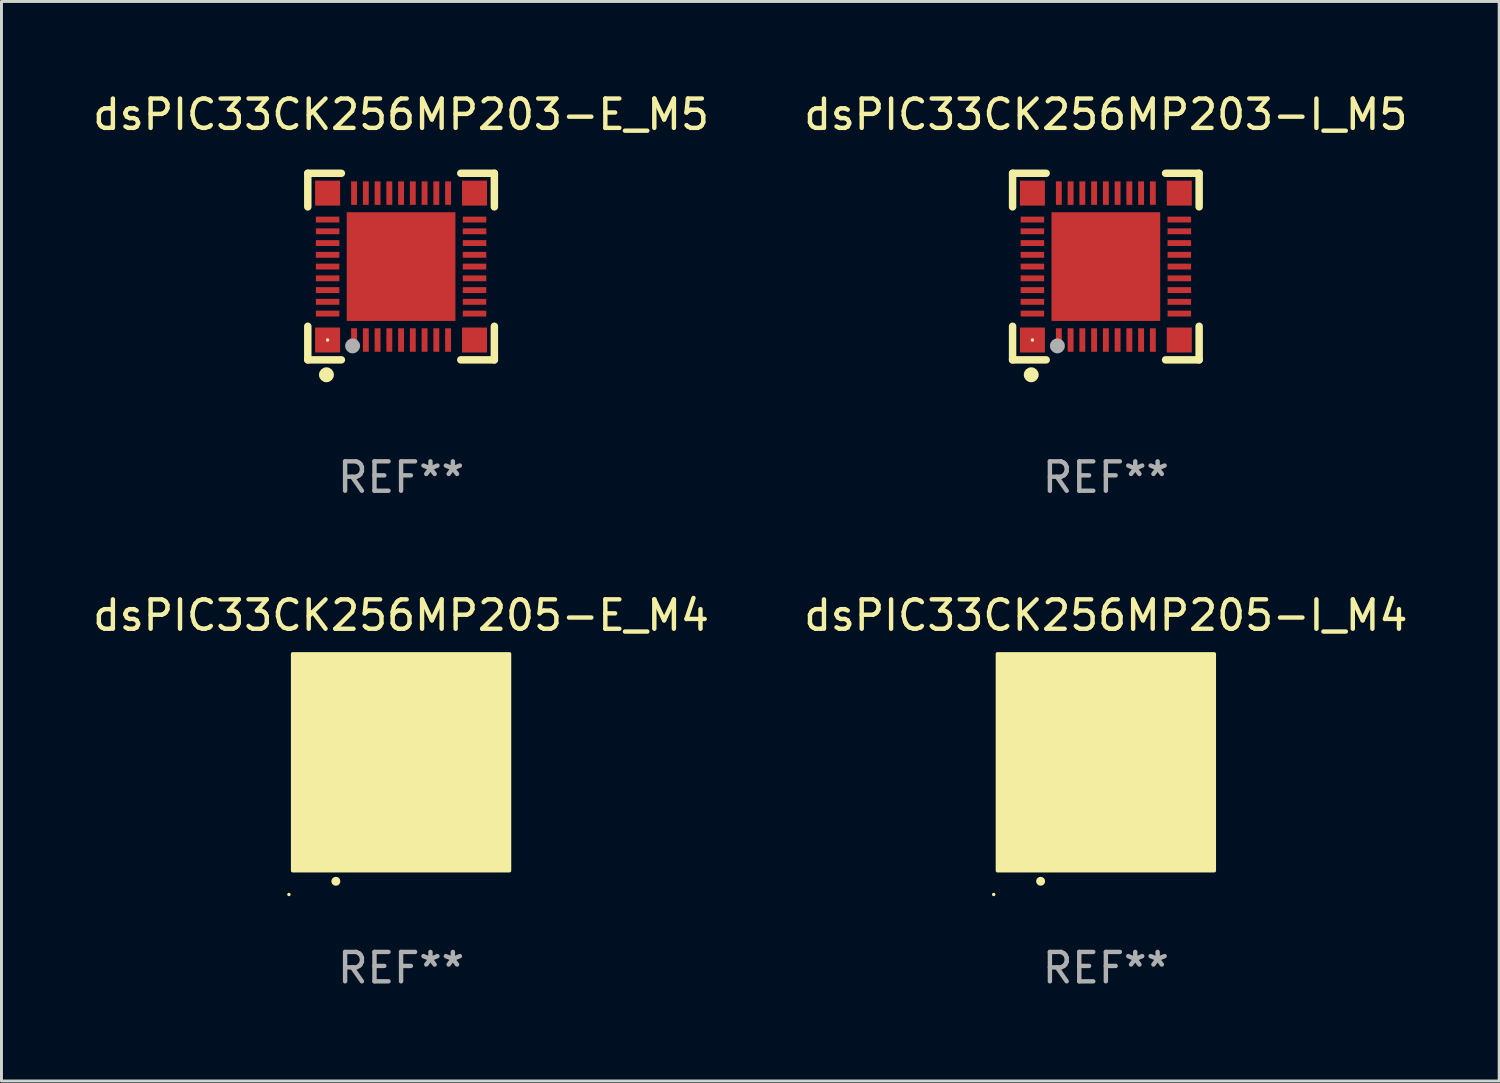
<source format=kicad_pcb>
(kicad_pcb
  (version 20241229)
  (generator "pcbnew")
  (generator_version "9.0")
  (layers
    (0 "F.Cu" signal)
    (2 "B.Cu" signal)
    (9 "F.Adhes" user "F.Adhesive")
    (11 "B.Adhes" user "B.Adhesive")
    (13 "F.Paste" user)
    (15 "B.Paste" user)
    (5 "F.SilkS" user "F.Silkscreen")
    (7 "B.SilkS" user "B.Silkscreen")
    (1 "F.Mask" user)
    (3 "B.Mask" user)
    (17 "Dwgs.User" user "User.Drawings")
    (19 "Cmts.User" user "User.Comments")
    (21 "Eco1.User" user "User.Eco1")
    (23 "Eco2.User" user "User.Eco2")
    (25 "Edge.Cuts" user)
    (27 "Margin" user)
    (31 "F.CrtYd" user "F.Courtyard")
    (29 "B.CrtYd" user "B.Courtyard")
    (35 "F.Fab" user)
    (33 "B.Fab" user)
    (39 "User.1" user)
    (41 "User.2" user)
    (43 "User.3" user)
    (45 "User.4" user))
  (footprint "dsPIC33CK256MP205-I_M4"
    (layer "F.Cu")
    (at 34.589 22.895)
    (property "Reference" "dsPIC33CK256MP205-I_M4" (at 0 -5 0) (layer "F.SilkS") (effects (font (size 1 1) (thickness 0.15))))
    (attr through_hole)
    (fp_arc (start -2.221158 4.050013) (mid -2.219888 4.050008) (end -2.218618 4.050013) (stroke (width 0.3) (type solid)) (layer "F.SilkS"))
    (fp_circle (center -3.817 4.5) (end -3.787 4.5) (stroke (width 0.06) (type solid)) (fill no) (layer "F.SilkS"))
    (fp_poly (pts (xy -3.69 -3.69) (xy 3.69 -3.69) (xy 3.69 3.69) (xy -3.69 3.69)) (stroke (width 0.12) (type solid)) (fill yes) (layer "F.SilkS"))
    (fp_text user "REF**" (at 0 7 0) (layer "F.Fab") (effects (font (size 1 1) (thickness 0.15))))
    (pad "1" smd oval (at -2.201 3) (size 0.2 0.95) (layers "F.Cu" "F.Mask" "F.Paste"))
    (pad "2" smd oval (at -1.8 3) (size 0.2 0.95) (layers "F.Cu" "F.Mask" "F.Paste"))
    (pad "3" smd oval (at -1.401 3) (size 0.2 0.95) (layers "F.Cu" "F.Mask" "F.Paste"))
    (pad "4" smd oval (at -0.999 3) (size 0.2 0.95) (layers "F.Cu" "F.Mask" "F.Paste"))
    (pad "5" smd oval (at -0.601 3) (size 0.2 0.95) (layers "F.Cu" "F.Mask" "F.Paste"))
    (pad "6" smd oval (at -0.199 3) (size 0.2 0.95) (layers "F.Cu" "F.Mask" "F.Paste"))
    (pad "7" smd oval (at 0.199 3) (size 0.2 0.95) (layers "F.Cu" "F.Mask" "F.Paste"))
    (pad "8" smd oval (at 0.601 3) (size 0.2 0.95) (layers "F.Cu" "F.Mask" "F.Paste"))
    (pad "9" smd oval (at 0.999 3) (size 0.2 0.95) (layers "F.Cu" "F.Mask" "F.Paste"))
    (pad "10" smd oval (at 1.401 3) (size 0.2 0.95) (layers "F.Cu" "F.Mask" "F.Paste"))
    (pad "11" smd oval (at 1.8 3) (size 0.2 0.95) (layers "F.Cu" "F.Mask" "F.Paste"))
    (pad "12" smd oval (at 2.201 3) (size 0.2 0.95) (layers "F.Cu" "F.Mask" "F.Paste"))
    (pad "13" smd oval (at 3 2.198 90) (size 0.2 0.95) (layers "F.Cu" "F.Mask" "F.Paste"))
    (pad "14" smd oval (at 3 1.8 90) (size 0.2 0.95) (layers "F.Cu" "F.Mask" "F.Paste"))
    (pad "15" smd oval (at 3 1.401 90) (size 0.2 0.95) (layers "F.Cu" "F.Mask" "F.Paste"))
    (pad "16" smd oval (at 3 0.999 90) (size 0.2 0.95) (layers "F.Cu" "F.Mask" "F.Paste"))
    (pad "17" smd oval (at 3 0.601 90) (size 0.2 0.95) (layers "F.Cu" "F.Mask" "F.Paste"))
    (pad "18" smd oval (at 3 0.199 90) (size 0.2 0.95) (layers "F.Cu" "F.Mask" "F.Paste"))
    (pad "19" smd oval (at 3 -0.199 90) (size 0.2 0.95) (layers "F.Cu" "F.Mask" "F.Paste"))
    (pad "20" smd oval (at 3 -0.601 90) (size 0.2 0.95) (layers "F.Cu" "F.Mask" "F.Paste"))
    (pad "21" smd oval (at 3 -0.999 90) (size 0.2 0.95) (layers "F.Cu" "F.Mask" "F.Paste"))
    (pad "22" smd oval (at 3 -1.401 90) (size 0.2 0.95) (layers "F.Cu" "F.Mask" "F.Paste"))
    (pad "23" smd oval (at 3 -1.8 90) (size 0.2 0.95) (layers "F.Cu" "F.Mask" "F.Paste"))
    (pad "24" smd oval (at 3 -2.201 90) (size 0.2 0.95) (layers "F.Cu" "F.Mask" "F.Paste"))
    (pad "25" smd oval (at 2.201 -3 180) (size 0.2 0.95) (layers "F.Cu" "F.Mask" "F.Paste"))
    (pad "26" smd oval (at 1.8 -3 180) (size 0.2 0.95) (layers "F.Cu" "F.Mask" "F.Paste"))
    (pad "27" smd oval (at 1.401 -3 180) (size 0.2 0.95) (layers "F.Cu" "F.Mask" "F.Paste"))
    (pad "28" smd oval (at 0.999 -3 180) (size 0.2 0.95) (layers "F.Cu" "F.Mask" "F.Paste"))
    (pad "29" smd oval (at 0.601 -3 180) (size 0.2 0.95) (layers "F.Cu" "F.Mask" "F.Paste"))
    (pad "30" smd oval (at 0.199 -3 180) (size 0.2 0.95) (layers "F.Cu" "F.Mask" "F.Paste"))
    (pad "31" smd oval (at -0.199 -3 180) (size 0.2 0.95) (layers "F.Cu" "F.Mask" "F.Paste"))
    (pad "32" smd oval (at -0.601 -3 180) (size 0.2 0.95) (layers "F.Cu" "F.Mask" "F.Paste"))
    (pad "33" smd oval (at -0.999 -3 180) (size 0.2 0.95) (layers "F.Cu" "F.Mask" "F.Paste"))
    (pad "34" smd oval (at -1.401 -3 180) (size 0.2 0.95) (layers "F.Cu" "F.Mask" "F.Paste"))
    (pad "35" smd oval (at -1.8 -3 180) (size 0.2 0.95) (layers "F.Cu" "F.Mask" "F.Paste"))
    (pad "36" smd oval (at -2.201 -3 180) (size 0.2 0.95) (layers "F.Cu" "F.Mask" "F.Paste"))
    (pad "37" smd oval (at -3 -2.201 270) (size 0.2 0.95) (layers "F.Cu" "F.Mask" "F.Paste"))
    (pad "38" smd oval (at -3 -1.8 270) (size 0.2 0.95) (layers "F.Cu" "F.Mask" "F.Paste"))
    (pad "39" smd oval (at -3 -1.401 270) (size 0.2 0.95) (layers "F.Cu" "F.Mask" "F.Paste"))
    (pad "40" smd oval (at -3 -0.999 270) (size 0.2 0.95) (layers "F.Cu" "F.Mask" "F.Paste"))
    (pad "41" smd oval (at -3 -0.601 270) (size 0.2 0.95) (layers "F.Cu" "F.Mask" "F.Paste"))
    (pad "42" smd oval (at -3 -0.199 270) (size 0.2 0.95) (layers "F.Cu" "F.Mask" "F.Paste"))
    (pad "43" smd oval (at -3 0.199 270) (size 0.2 0.95) (layers "F.Cu" "F.Mask" "F.Paste"))
    (pad "44" smd oval (at -3 0.601 270) (size 0.2 0.95) (layers "F.Cu" "F.Mask" "F.Paste"))
    (pad "45" smd oval (at -3 0.999 270) (size 0.2 0.95) (layers "F.Cu" "F.Mask" "F.Paste"))
    (pad "46" smd oval (at -3 1.401 270) (size 0.2 0.95) (layers "F.Cu" "F.Mask" "F.Paste"))
    (pad "47" smd oval (at -3 1.8 270) (size 0.2 0.95) (layers "F.Cu" "F.Mask" "F.Paste"))
    (pad "48" smd oval (at -3 2.198 270) (size 0.2 0.95) (layers "F.Cu" "F.Mask" "F.Paste"))
    (pad "49" smd rect (at -3 -3 90) (size 0.9 0.9) (layers "F.Cu" "F.Mask" "F.Paste"))
    (pad "49" smd rect (at -3 3 90) (size 0.9 0.9) (layers "F.Cu" "F.Mask" "F.Paste"))
    (pad "49" smd rect (at -0.001 -0.001 90) (size 4.6 4.6) (layers "F.Cu" "F.Mask" "F.Paste"))
    (pad "49" smd rect (at 3 -3 90) (size 0.9 0.9) (layers "F.Cu" "F.Mask" "F.Paste"))
    (pad "49" smd rect (at 3 3 90) (size 0.9 0.9) (layers "F.Cu" "F.Mask" "F.Paste")))
  (footprint "dsPIC33CK256MP203-E_M5"
    (layer "F.Cu")
    (at 10.601 6.023)
    (property "Reference" "dsPIC33CK256MP203-E_M5" (at 0 -5.175 0) (layer "F.SilkS") (effects (font (size 1 1) (thickness 0.15))))
    (attr through_hole)
    (fp_line (start -3.175 -3.175) (end -2.032 -3.175) (stroke (width 0.254) (type solid)) (layer "F.SilkS"))
    (fp_line (start -3.175 -2.032) (end -3.175 -3.175) (stroke (width 0.254) (type solid)) (layer "F.SilkS"))
    (fp_line (start -3.175 3.175) (end -3.175 2.032) (stroke (width 0.254) (type solid)) (layer "F.SilkS"))
    (fp_line (start -2.032 3.175) (end -3.175 3.175) (stroke (width 0.254) (type solid)) (layer "F.SilkS"))
    (fp_line (start 2.032 -3.175) (end 3.175 -3.175) (stroke (width 0.254) (type solid)) (layer "F.SilkS"))
    (fp_line (start 3.175 -3.175) (end 3.175 -2.032) (stroke (width 0.254) (type solid)) (layer "F.SilkS"))
    (fp_line (start 3.175 2.032) (end 3.175 3.175) (stroke (width 0.254) (type solid)) (layer "F.SilkS"))
    (fp_line (start 3.175 3.175) (end 2.032 3.175) (stroke (width 0.254) (type solid)) (layer "F.SilkS"))
    (fp_circle (center -2.54 3.683) (end -2.413 3.683) (stroke (width 0.254) (type solid)) (fill no) (layer "F.SilkS"))
    (fp_circle (center -2.5 2.5) (end -2.47 2.5) (stroke (width 0.06) (type solid)) (fill no) (layer "F.SilkS"))
    (fp_circle (center -1.65 2.7) (end -1.523 2.7) (stroke (width 0.254) (type solid)) (fill no) (layer "F.Fab"))
    (fp_text user "REF**" (at 0 7.175 0) (layer "F.Fab") (effects (font (size 1 1) (thickness 0.15))))
    (pad "1" smd rect (at -1.6 2.5) (size 0.2 0.8) (layers "F.Cu" "F.Mask" "F.Paste"))
    (pad "2" smd rect (at -1.2 2.5) (size 0.2 0.8) (layers "F.Cu" "F.Mask" "F.Paste"))
    (pad "3" smd rect (at -0.8 2.5) (size 0.2 0.8) (layers "F.Cu" "F.Mask" "F.Paste"))
    (pad "4" smd rect (at -0.4 2.5) (size 0.2 0.8) (layers "F.Cu" "F.Mask" "F.Paste"))
    (pad "5" smd rect (at -0.000051 2.5) (size 0.2 0.8) (layers "F.Cu" "F.Mask" "F.Paste"))
    (pad "6" smd rect (at 0.4 2.5) (size 0.2 0.8) (layers "F.Cu" "F.Mask" "F.Paste"))
    (pad "7" smd rect (at 0.8 2.5) (size 0.2 0.8) (layers "F.Cu" "F.Mask" "F.Paste"))
    (pad "8" smd rect (at 1.2 2.5) (size 0.2 0.8) (layers "F.Cu" "F.Mask" "F.Paste"))
    (pad "9" smd rect (at 1.6 2.5) (size 0.2 0.8) (layers "F.Cu" "F.Mask" "F.Paste"))
    (pad "10" smd rect (at 2.5 1.6 90) (size 0.2 0.8) (layers "F.Cu" "F.Mask" "F.Paste"))
    (pad "11" smd rect (at 2.5 1.2 90) (size 0.2 0.8) (layers "F.Cu" "F.Mask" "F.Paste"))
    (pad "12" smd rect (at 2.5 0.8 90) (size 0.2 0.8) (layers "F.Cu" "F.Mask" "F.Paste"))
    (pad "13" smd rect (at 2.5 0.4 90) (size 0.2 0.8) (layers "F.Cu" "F.Mask" "F.Paste"))
    (pad "14" smd rect (at 2.5 -0.000051 90) (size 0.2 0.8) (layers "F.Cu" "F.Mask" "F.Paste"))
    (pad "15" smd rect (at 2.5 -0.4 90) (size 0.2 0.8) (layers "F.Cu" "F.Mask" "F.Paste"))
    (pad "16" smd rect (at 2.5 -0.8 90) (size 0.2 0.8) (layers "F.Cu" "F.Mask" "F.Paste"))
    (pad "17" smd rect (at 2.5 -1.2 90) (size 0.2 0.8) (layers "F.Cu" "F.Mask" "F.Paste"))
    (pad "18" smd rect (at 2.5 -1.6 90) (size 0.2 0.8) (layers "F.Cu" "F.Mask" "F.Paste"))
    (pad "19" smd rect (at 1.6 -2.5 180) (size 0.2 0.8) (layers "F.Cu" "F.Mask" "F.Paste"))
    (pad "20" smd rect (at 1.2 -2.5 180) (size 0.2 0.8) (layers "F.Cu" "F.Mask" "F.Paste"))
    (pad "21" smd rect (at 0.8 -2.5 180) (size 0.2 0.8) (layers "F.Cu" "F.Mask" "F.Paste"))
    (pad "22" smd rect (at 0.4 -2.5 180) (size 0.2 0.8) (layers "F.Cu" "F.Mask" "F.Paste"))
    (pad "23" smd rect (at -0.000051 -2.5 180) (size 0.2 0.8) (layers "F.Cu" "F.Mask" "F.Paste"))
    (pad "24" smd rect (at -0.4 -2.5 180) (size 0.2 0.8) (layers "F.Cu" "F.Mask" "F.Paste"))
    (pad "25" smd rect (at -0.8 -2.5 180) (size 0.2 0.8) (layers "F.Cu" "F.Mask" "F.Paste"))
    (pad "26" smd rect (at -1.2 -2.5 180) (size 0.2 0.8) (layers "F.Cu" "F.Mask" "F.Paste"))
    (pad "27" smd rect (at -1.6 -2.5 180) (size 0.2 0.8) (layers "F.Cu" "F.Mask" "F.Paste"))
    (pad "28" smd rect (at -2.5 -1.6 270) (size 0.2 0.8) (layers "F.Cu" "F.Mask" "F.Paste"))
    (pad "29" smd rect (at -2.5 -1.2 270) (size 0.2 0.8) (layers "F.Cu" "F.Mask" "F.Paste"))
    (pad "30" smd rect (at -2.5 -0.8 270) (size 0.2 0.8) (layers "F.Cu" "F.Mask" "F.Paste"))
    (pad "31" smd rect (at -2.5 -0.4 270) (size 0.2 0.8) (layers "F.Cu" "F.Mask" "F.Paste"))
    (pad "32" smd rect (at -2.5 -0.000051 270) (size 0.2 0.8) (layers "F.Cu" "F.Mask" "F.Paste"))
    (pad "33" smd rect (at -2.5 0.4 270) (size 0.2 0.8) (layers "F.Cu" "F.Mask" "F.Paste"))
    (pad "34" smd rect (at -2.5 0.8 270) (size 0.2 0.8) (layers "F.Cu" "F.Mask" "F.Paste"))
    (pad "35" smd rect (at -2.5 1.2 270) (size 0.2 0.8) (layers "F.Cu" "F.Mask" "F.Paste"))
    (pad "36" smd rect (at -2.5 1.6 270) (size 0.2 0.8) (layers "F.Cu" "F.Mask" "F.Paste"))
    (pad "37" smd rect (at -2.5 -2.5) (size 0.85 0.85) (layers "F.Cu" "F.Mask" "F.Paste"))
    (pad "37" smd rect (at -2.5 2.5) (size 0.85 0.85) (layers "F.Cu" "F.Mask" "F.Paste"))
    (pad "37" smd rect (at -0.000051 -0.000051) (size 3.7 3.7) (layers "F.Cu" "F.Mask" "F.Paste"))
    (pad "37" smd rect (at 2.5 -2.5) (size 0.85 0.85) (layers "F.Cu" "F.Mask" "F.Paste"))
    (pad "37" smd rect (at 2.5 2.5) (size 0.85 0.85) (layers "F.Cu" "F.Mask" "F.Paste")))
  (footprint "dsPIC33CK256MP205-E_M4"
    (layer "F.Cu")
    (at 10.601 22.895)
    (property "Reference" "dsPIC33CK256MP205-E_M4" (at 0 -5 0) (layer "F.SilkS") (effects (font (size 1 1) (thickness 0.15))))
    (attr through_hole)
    (fp_arc (start -2.221158 4.050013) (mid -2.219888 4.050008) (end -2.218618 4.050013) (stroke (width 0.3) (type solid)) (layer "F.SilkS"))
    (fp_circle (center -3.817 4.5) (end -3.787 4.5) (stroke (width 0.06) (type solid)) (fill no) (layer "F.SilkS"))
    (fp_poly (pts (xy -3.69 -3.69) (xy 3.69 -3.69) (xy 3.69 3.69) (xy -3.69 3.69)) (stroke (width 0.12) (type solid)) (fill yes) (layer "F.SilkS"))
    (fp_text user "REF**" (at 0 7 0) (layer "F.Fab") (effects (font (size 1 1) (thickness 0.15))))
    (pad "1" smd oval (at -2.201 3) (size 0.2 0.95) (layers "F.Cu" "F.Mask" "F.Paste"))
    (pad "2" smd oval (at -1.8 3) (size 0.2 0.95) (layers "F.Cu" "F.Mask" "F.Paste"))
    (pad "3" smd oval (at -1.401 3) (size 0.2 0.95) (layers "F.Cu" "F.Mask" "F.Paste"))
    (pad "4" smd oval (at -0.999 3) (size 0.2 0.95) (layers "F.Cu" "F.Mask" "F.Paste"))
    (pad "5" smd oval (at -0.601 3) (size 0.2 0.95) (layers "F.Cu" "F.Mask" "F.Paste"))
    (pad "6" smd oval (at -0.199 3) (size 0.2 0.95) (layers "F.Cu" "F.Mask" "F.Paste"))
    (pad "7" smd oval (at 0.199 3) (size 0.2 0.95) (layers "F.Cu" "F.Mask" "F.Paste"))
    (pad "8" smd oval (at 0.601 3) (size 0.2 0.95) (layers "F.Cu" "F.Mask" "F.Paste"))
    (pad "9" smd oval (at 0.999 3) (size 0.2 0.95) (layers "F.Cu" "F.Mask" "F.Paste"))
    (pad "10" smd oval (at 1.401 3) (size 0.2 0.95) (layers "F.Cu" "F.Mask" "F.Paste"))
    (pad "11" smd oval (at 1.8 3) (size 0.2 0.95) (layers "F.Cu" "F.Mask" "F.Paste"))
    (pad "12" smd oval (at 2.201 3) (size 0.2 0.95) (layers "F.Cu" "F.Mask" "F.Paste"))
    (pad "13" smd oval (at 3 2.198 90) (size 0.2 0.95) (layers "F.Cu" "F.Mask" "F.Paste"))
    (pad "14" smd oval (at 3 1.8 90) (size 0.2 0.95) (layers "F.Cu" "F.Mask" "F.Paste"))
    (pad "15" smd oval (at 3 1.401 90) (size 0.2 0.95) (layers "F.Cu" "F.Mask" "F.Paste"))
    (pad "16" smd oval (at 3 0.999 90) (size 0.2 0.95) (layers "F.Cu" "F.Mask" "F.Paste"))
    (pad "17" smd oval (at 3 0.601 90) (size 0.2 0.95) (layers "F.Cu" "F.Mask" "F.Paste"))
    (pad "18" smd oval (at 3 0.199 90) (size 0.2 0.95) (layers "F.Cu" "F.Mask" "F.Paste"))
    (pad "19" smd oval (at 3 -0.199 90) (size 0.2 0.95) (layers "F.Cu" "F.Mask" "F.Paste"))
    (pad "20" smd oval (at 3 -0.601 90) (size 0.2 0.95) (layers "F.Cu" "F.Mask" "F.Paste"))
    (pad "21" smd oval (at 3 -0.999 90) (size 0.2 0.95) (layers "F.Cu" "F.Mask" "F.Paste"))
    (pad "22" smd oval (at 3 -1.401 90) (size 0.2 0.95) (layers "F.Cu" "F.Mask" "F.Paste"))
    (pad "23" smd oval (at 3 -1.8 90) (size 0.2 0.95) (layers "F.Cu" "F.Mask" "F.Paste"))
    (pad "24" smd oval (at 3 -2.201 90) (size 0.2 0.95) (layers "F.Cu" "F.Mask" "F.Paste"))
    (pad "25" smd oval (at 2.201 -3 180) (size 0.2 0.95) (layers "F.Cu" "F.Mask" "F.Paste"))
    (pad "26" smd oval (at 1.8 -3 180) (size 0.2 0.95) (layers "F.Cu" "F.Mask" "F.Paste"))
    (pad "27" smd oval (at 1.401 -3 180) (size 0.2 0.95) (layers "F.Cu" "F.Mask" "F.Paste"))
    (pad "28" smd oval (at 0.999 -3 180) (size 0.2 0.95) (layers "F.Cu" "F.Mask" "F.Paste"))
    (pad "29" smd oval (at 0.601 -3 180) (size 0.2 0.95) (layers "F.Cu" "F.Mask" "F.Paste"))
    (pad "30" smd oval (at 0.199 -3 180) (size 0.2 0.95) (layers "F.Cu" "F.Mask" "F.Paste"))
    (pad "31" smd oval (at -0.199 -3 180) (size 0.2 0.95) (layers "F.Cu" "F.Mask" "F.Paste"))
    (pad "32" smd oval (at -0.601 -3 180) (size 0.2 0.95) (layers "F.Cu" "F.Mask" "F.Paste"))
    (pad "33" smd oval (at -0.999 -3 180) (size 0.2 0.95) (layers "F.Cu" "F.Mask" "F.Paste"))
    (pad "34" smd oval (at -1.401 -3 180) (size 0.2 0.95) (layers "F.Cu" "F.Mask" "F.Paste"))
    (pad "35" smd oval (at -1.8 -3 180) (size 0.2 0.95) (layers "F.Cu" "F.Mask" "F.Paste"))
    (pad "36" smd oval (at -2.201 -3 180) (size 0.2 0.95) (layers "F.Cu" "F.Mask" "F.Paste"))
    (pad "37" smd oval (at -3 -2.201 270) (size 0.2 0.95) (layers "F.Cu" "F.Mask" "F.Paste"))
    (pad "38" smd oval (at -3 -1.8 270) (size 0.2 0.95) (layers "F.Cu" "F.Mask" "F.Paste"))
    (pad "39" smd oval (at -3 -1.401 270) (size 0.2 0.95) (layers "F.Cu" "F.Mask" "F.Paste"))
    (pad "40" smd oval (at -3 -0.999 270) (size 0.2 0.95) (layers "F.Cu" "F.Mask" "F.Paste"))
    (pad "41" smd oval (at -3 -0.601 270) (size 0.2 0.95) (layers "F.Cu" "F.Mask" "F.Paste"))
    (pad "42" smd oval (at -3 -0.199 270) (size 0.2 0.95) (layers "F.Cu" "F.Mask" "F.Paste"))
    (pad "43" smd oval (at -3 0.199 270) (size 0.2 0.95) (layers "F.Cu" "F.Mask" "F.Paste"))
    (pad "44" smd oval (at -3 0.601 270) (size 0.2 0.95) (layers "F.Cu" "F.Mask" "F.Paste"))
    (pad "45" smd oval (at -3 0.999 270) (size 0.2 0.95) (layers "F.Cu" "F.Mask" "F.Paste"))
    (pad "46" smd oval (at -3 1.401 270) (size 0.2 0.95) (layers "F.Cu" "F.Mask" "F.Paste"))
    (pad "47" smd oval (at -3 1.8 270) (size 0.2 0.95) (layers "F.Cu" "F.Mask" "F.Paste"))
    (pad "48" smd oval (at -3 2.198 270) (size 0.2 0.95) (layers "F.Cu" "F.Mask" "F.Paste"))
    (pad "49" smd rect (at -3 -3 90) (size 0.9 0.9) (layers "F.Cu" "F.Mask" "F.Paste"))
    (pad "49" smd rect (at -3 3 90) (size 0.9 0.9) (layers "F.Cu" "F.Mask" "F.Paste"))
    (pad "49" smd rect (at -0.001 -0.001 90) (size 4.6 4.6) (layers "F.Cu" "F.Mask" "F.Paste"))
    (pad "49" smd rect (at 3 -3 90) (size 0.9 0.9) (layers "F.Cu" "F.Mask" "F.Paste"))
    (pad "49" smd rect (at 3 3 90) (size 0.9 0.9) (layers "F.Cu" "F.Mask" "F.Paste")))
  (footprint "dsPIC33CK256MP203-I_M5"
    (layer "F.Cu")
    (at 34.589 6.023)
    (property "Reference" "dsPIC33CK256MP203-I_M5" (at 0 -5.175 0) (layer "F.SilkS") (effects (font (size 1 1) (thickness 0.15))))
    (attr through_hole)
    (fp_line (start -3.175 -3.175) (end -2.032 -3.175) (stroke (width 0.254) (type solid)) (layer "F.SilkS"))
    (fp_line (start -3.175 -2.032) (end -3.175 -3.175) (stroke (width 0.254) (type solid)) (layer "F.SilkS"))
    (fp_line (start -3.175 3.175) (end -3.175 2.032) (stroke (width 0.254) (type solid)) (layer "F.SilkS"))
    (fp_line (start -2.032 3.175) (end -3.175 3.175) (stroke (width 0.254) (type solid)) (layer "F.SilkS"))
    (fp_line (start 2.032 -3.175) (end 3.175 -3.175) (stroke (width 0.254) (type solid)) (layer "F.SilkS"))
    (fp_line (start 3.175 -3.175) (end 3.175 -2.032) (stroke (width 0.254) (type solid)) (layer "F.SilkS"))
    (fp_line (start 3.175 2.032) (end 3.175 3.175) (stroke (width 0.254) (type solid)) (layer "F.SilkS"))
    (fp_line (start 3.175 3.175) (end 2.032 3.175) (stroke (width 0.254) (type solid)) (layer "F.SilkS"))
    (fp_circle (center -2.54 3.683) (end -2.413 3.683) (stroke (width 0.254) (type solid)) (fill no) (layer "F.SilkS"))
    (fp_circle (center -2.5 2.5) (end -2.47 2.5) (stroke (width 0.06) (type solid)) (fill no) (layer "F.SilkS"))
    (fp_circle (center -1.65 2.7) (end -1.523 2.7) (stroke (width 0.254) (type solid)) (fill no) (layer "F.Fab"))
    (fp_text user "REF**" (at 0 7.175 0) (layer "F.Fab") (effects (font (size 1 1) (thickness 0.15))))
    (pad "1" smd rect (at -1.6 2.5) (size 0.2 0.8) (layers "F.Cu" "F.Mask" "F.Paste"))
    (pad "2" smd rect (at -1.2 2.5) (size 0.2 0.8) (layers "F.Cu" "F.Mask" "F.Paste"))
    (pad "3" smd rect (at -0.8 2.5) (size 0.2 0.8) (layers "F.Cu" "F.Mask" "F.Paste"))
    (pad "4" smd rect (at -0.4 2.5) (size 0.2 0.8) (layers "F.Cu" "F.Mask" "F.Paste"))
    (pad "5" smd rect (at -0.000051 2.5) (size 0.2 0.8) (layers "F.Cu" "F.Mask" "F.Paste"))
    (pad "6" smd rect (at 0.4 2.5) (size 0.2 0.8) (layers "F.Cu" "F.Mask" "F.Paste"))
    (pad "7" smd rect (at 0.8 2.5) (size 0.2 0.8) (layers "F.Cu" "F.Mask" "F.Paste"))
    (pad "8" smd rect (at 1.2 2.5) (size 0.2 0.8) (layers "F.Cu" "F.Mask" "F.Paste"))
    (pad "9" smd rect (at 1.6 2.5) (size 0.2 0.8) (layers "F.Cu" "F.Mask" "F.Paste"))
    (pad "10" smd rect (at 2.5 1.6 90) (size 0.2 0.8) (layers "F.Cu" "F.Mask" "F.Paste"))
    (pad "11" smd rect (at 2.5 1.2 90) (size 0.2 0.8) (layers "F.Cu" "F.Mask" "F.Paste"))
    (pad "12" smd rect (at 2.5 0.8 90) (size 0.2 0.8) (layers "F.Cu" "F.Mask" "F.Paste"))
    (pad "13" smd rect (at 2.5 0.4 90) (size 0.2 0.8) (layers "F.Cu" "F.Mask" "F.Paste"))
    (pad "14" smd rect (at 2.5 -0.000051 90) (size 0.2 0.8) (layers "F.Cu" "F.Mask" "F.Paste"))
    (pad "15" smd rect (at 2.5 -0.4 90) (size 0.2 0.8) (layers "F.Cu" "F.Mask" "F.Paste"))
    (pad "16" smd rect (at 2.5 -0.8 90) (size 0.2 0.8) (layers "F.Cu" "F.Mask" "F.Paste"))
    (pad "17" smd rect (at 2.5 -1.2 90) (size 0.2 0.8) (layers "F.Cu" "F.Mask" "F.Paste"))
    (pad "18" smd rect (at 2.5 -1.6 90) (size 0.2 0.8) (layers "F.Cu" "F.Mask" "F.Paste"))
    (pad "19" smd rect (at 1.6 -2.5 180) (size 0.2 0.8) (layers "F.Cu" "F.Mask" "F.Paste"))
    (pad "20" smd rect (at 1.2 -2.5 180) (size 0.2 0.8) (layers "F.Cu" "F.Mask" "F.Paste"))
    (pad "21" smd rect (at 0.8 -2.5 180) (size 0.2 0.8) (layers "F.Cu" "F.Mask" "F.Paste"))
    (pad "22" smd rect (at 0.4 -2.5 180) (size 0.2 0.8) (layers "F.Cu" "F.Mask" "F.Paste"))
    (pad "23" smd rect (at -0.000051 -2.5 180) (size 0.2 0.8) (layers "F.Cu" "F.Mask" "F.Paste"))
    (pad "24" smd rect (at -0.4 -2.5 180) (size 0.2 0.8) (layers "F.Cu" "F.Mask" "F.Paste"))
    (pad "25" smd rect (at -0.8 -2.5 180) (size 0.2 0.8) (layers "F.Cu" "F.Mask" "F.Paste"))
    (pad "26" smd rect (at -1.2 -2.5 180) (size 0.2 0.8) (layers "F.Cu" "F.Mask" "F.Paste"))
    (pad "27" smd rect (at -1.6 -2.5 180) (size 0.2 0.8) (layers "F.Cu" "F.Mask" "F.Paste"))
    (pad "28" smd rect (at -2.5 -1.6 270) (size 0.2 0.8) (layers "F.Cu" "F.Mask" "F.Paste"))
    (pad "29" smd rect (at -2.5 -1.2 270) (size 0.2 0.8) (layers "F.Cu" "F.Mask" "F.Paste"))
    (pad "30" smd rect (at -2.5 -0.8 270) (size 0.2 0.8) (layers "F.Cu" "F.Mask" "F.Paste"))
    (pad "31" smd rect (at -2.5 -0.4 270) (size 0.2 0.8) (layers "F.Cu" "F.Mask" "F.Paste"))
    (pad "32" smd rect (at -2.5 -0.000051 270) (size 0.2 0.8) (layers "F.Cu" "F.Mask" "F.Paste"))
    (pad "33" smd rect (at -2.5 0.4 270) (size 0.2 0.8) (layers "F.Cu" "F.Mask" "F.Paste"))
    (pad "34" smd rect (at -2.5 0.8 270) (size 0.2 0.8) (layers "F.Cu" "F.Mask" "F.Paste"))
    (pad "35" smd rect (at -2.5 1.2 270) (size 0.2 0.8) (layers "F.Cu" "F.Mask" "F.Paste"))
    (pad "36" smd rect (at -2.5 1.6 270) (size 0.2 0.8) (layers "F.Cu" "F.Mask" "F.Paste"))
    (pad "37" smd rect (at -2.5 -2.5) (size 0.85 0.85) (layers "F.Cu" "F.Mask" "F.Paste"))
    (pad "37" smd rect (at -2.5 2.5) (size 0.85 0.85) (layers "F.Cu" "F.Mask" "F.Paste"))
    (pad "37" smd rect (at -0.000051 -0.000051) (size 3.7 3.7) (layers "F.Cu" "F.Mask" "F.Paste"))
    (pad "37" smd rect (at 2.5 -2.5) (size 0.85 0.85) (layers "F.Cu" "F.Mask" "F.Paste"))
    (pad "37" smd rect (at 2.5 2.5) (size 0.85 0.85) (layers "F.Cu" "F.Mask" "F.Paste")))
  (gr_rect
    (start -3 -3)
    (end 47.976 33.743)
    (stroke (width 0.1) (type default))
    (fill no)
    (layer "Edge.Cuts")))
</source>
